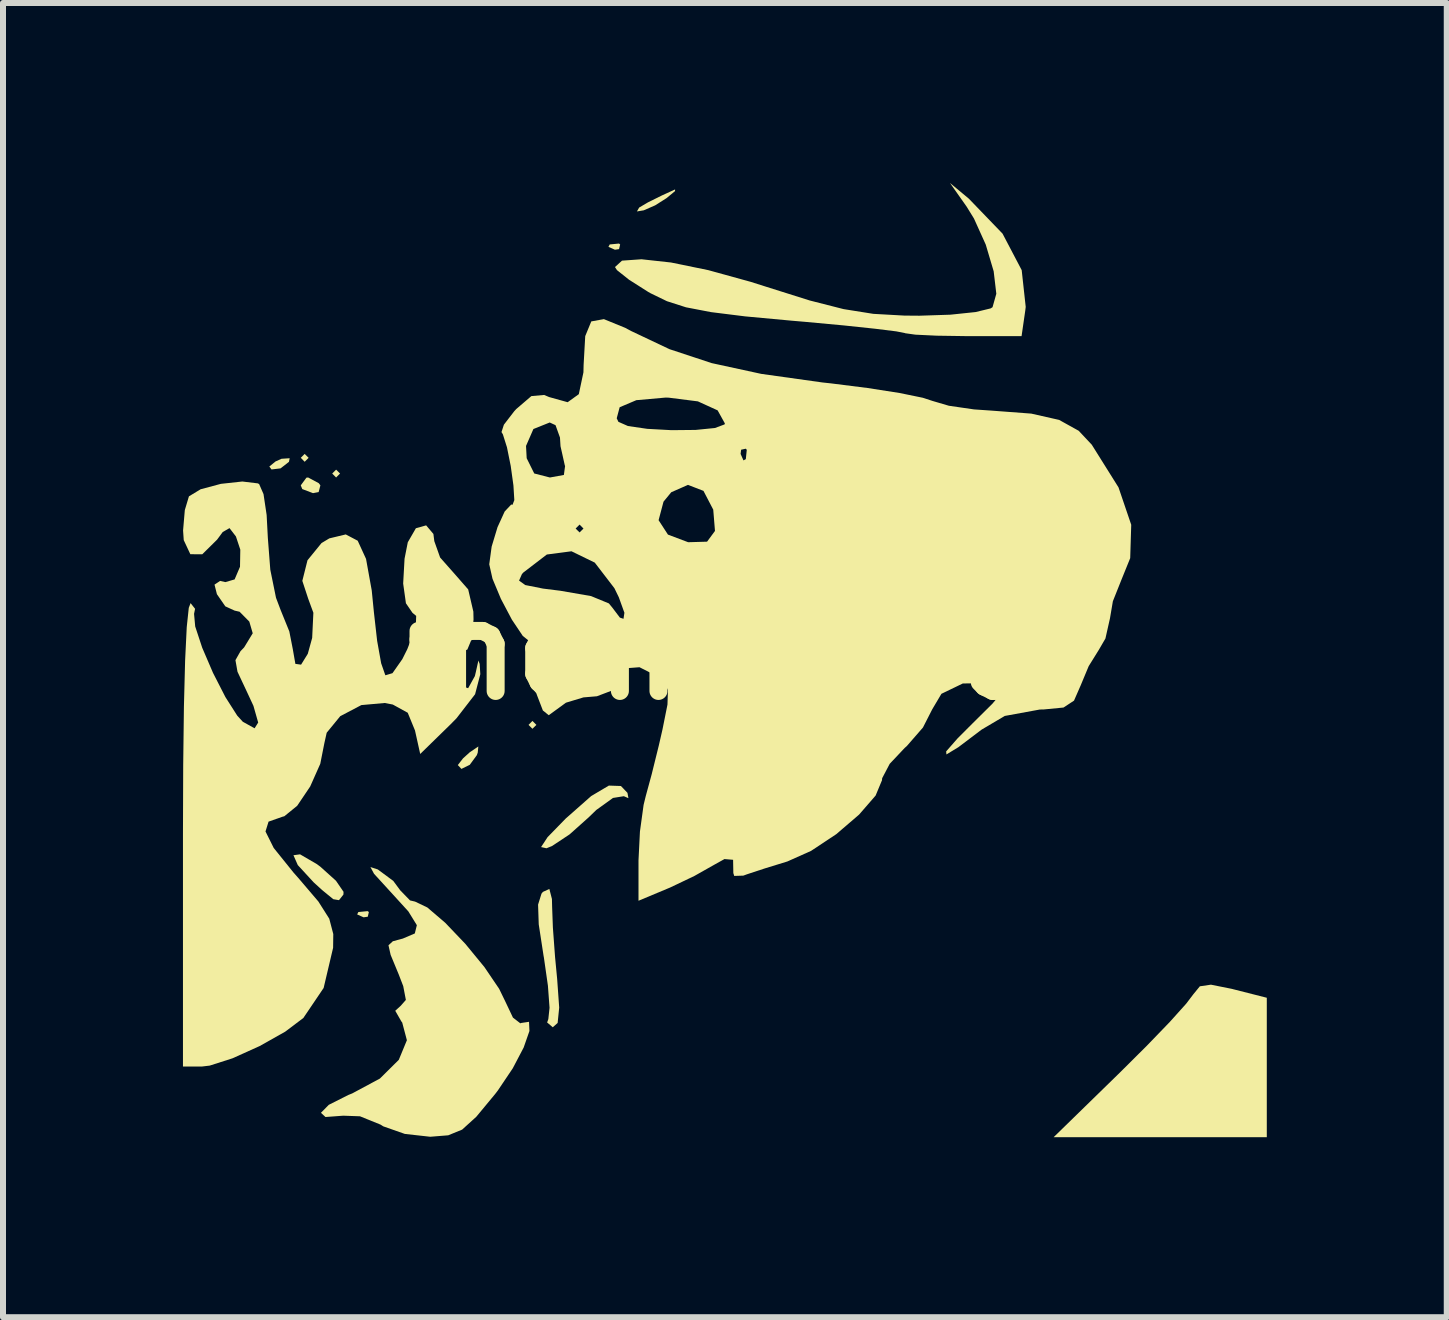
<source format=kicad_pcb>
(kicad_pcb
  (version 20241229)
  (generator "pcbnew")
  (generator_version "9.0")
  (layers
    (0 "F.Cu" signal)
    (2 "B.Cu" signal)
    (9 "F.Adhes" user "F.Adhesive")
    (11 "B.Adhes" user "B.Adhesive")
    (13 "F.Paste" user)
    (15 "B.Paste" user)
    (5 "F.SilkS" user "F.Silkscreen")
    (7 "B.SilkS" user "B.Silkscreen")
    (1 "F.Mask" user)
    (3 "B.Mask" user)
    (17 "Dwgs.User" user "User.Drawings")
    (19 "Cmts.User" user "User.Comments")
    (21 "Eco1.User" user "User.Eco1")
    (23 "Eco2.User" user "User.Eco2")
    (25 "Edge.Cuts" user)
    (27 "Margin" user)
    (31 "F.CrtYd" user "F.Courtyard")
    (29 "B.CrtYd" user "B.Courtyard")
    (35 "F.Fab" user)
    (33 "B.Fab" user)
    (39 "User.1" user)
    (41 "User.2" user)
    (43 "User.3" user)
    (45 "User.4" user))
  (footprint "monkey 3"
    (layer "F.Cu")
    (at 9.034 7.79)
    (property "Reference" "monkey 3" (at 0 0 0) (layer "F.SilkS") (effects (font (size 1.5 1.5) (thickness 0.3))))
    (attr board_only exclude_from_pos_files exclude_from_bom)
    (fp_poly (pts (xy -6.939 -3.208) (xy -7.005 -3.142) (xy -7.07 -3.208) (xy -7.005 -3.273)) (stroke (width 0) (type solid)) (fill yes) (layer "F.SilkS"))
    (fp_poly (pts (xy -6.415 -2.946) (xy -6.481 -2.88) (xy -6.546 -2.946) (xy -6.481 -3.011)) (stroke (width 0) (type solid)) (fill yes) (layer "F.SilkS"))
    (fp_poly (pts (xy -3.142 1.244) (xy -3.208 1.309) (xy -3.273 1.244) (xy -3.208 1.178)) (stroke (width 0) (type solid)) (fill yes) (layer "F.SilkS"))
    (fp_poly (pts (xy -5.935 4.364) (xy -5.953 4.442) (xy -6.023 4.452) (xy -6.13 4.404) (xy -6.11 4.364) (xy -5.955 4.349)) (stroke (width 0) (type solid)) (fill yes) (layer "F.SilkS"))
    (fp_poly (pts (xy -1.746 -6.765) (xy -1.764 -6.687) (xy -1.833 -6.677) (xy -1.941 -6.725) (xy -1.92 -6.765) (xy -1.765 -6.78)) (stroke (width 0) (type solid)) (fill yes) (layer "F.SilkS"))
    (fp_poly (pts (xy -7.267 -3.141) (xy -7.407 -3.032) (xy -7.558 -3.014) (xy -7.594 -3.063) (xy -7.491 -3.147) (xy -7.391 -3.192) (xy -7.255 -3.201)) (stroke (width 0) (type solid)) (fill yes) (layer "F.SilkS"))
    (fp_poly (pts (xy -6.77 -2.785) (xy -6.743 -2.749) (xy -6.772 -2.637) (xy -6.866 -2.619) (xy -7.045 -2.687) (xy -7.07 -2.749) (xy -6.976 -2.877) (xy -6.947 -2.88)) (stroke (width 0) (type solid)) (fill yes) (layer "F.SilkS"))
    (fp_poly (pts (xy -4.12 1.707) (xy -4.135 1.749) (xy -4.253 1.91) (xy -4.392 1.978) (xy -4.452 1.914) (xy -4.365 1.802) (xy -4.252 1.7) (xy -4.11 1.604)) (stroke (width 0) (type solid)) (fill yes) (layer "F.SilkS"))
    (fp_poly (pts (xy -0.831 -7.654) (xy -0.974 -7.536) (xy -1.162 -7.417) (xy -1.352 -7.334) (xy -1.466 -7.315) (xy -1.429 -7.38) (xy -1.283 -7.466) (xy -1.047 -7.583) (xy -0.83 -7.682)) (stroke (width 0) (type solid)) (fill yes) (layer "F.SilkS"))
    (fp_poly (pts (xy -6.802 3.565) (xy -6.744 3.608) (xy -6.483 3.843) (xy -6.357 4.027) (xy -6.359 4.073) (xy -6.433 4.166) (xy -6.528 4.15) (xy -6.715 3.997) (xy -6.855 3.869) (xy -7.12 3.581) (xy -7.192 3.417) (xy -7.082 3.402)) (stroke (width 0) (type solid)) (fill yes) (layer "F.SilkS"))
    (fp_poly (pts (xy 8.448 5.644) (xy 8.479 5.652) (xy 9.034 5.793) (xy 9.034 6.955) (xy 9.034 8.118) (xy 7.257 8.118) (xy 5.48 8.118) (xy 6.588 7.037) (xy 7.035 6.592) (xy 7.417 6.196) (xy 7.69 5.892) (xy 7.81 5.734) (xy 7.918 5.602) (xy 8.103 5.575)) (stroke (width 0) (type solid)) (fill yes) (layer "F.SilkS"))
    (fp_poly (pts (xy -1.733 2.263) (xy -1.624 2.377) (xy -1.608 2.466) (xy -1.684 2.433) (xy -1.865 2.462) (xy -2.143 2.662) (xy -2.27 2.785) (xy -2.588 3.069) (xy -2.882 3.264) (xy -2.974 3.301) (xy -3.064 3.281) (xy -2.956 3.116) (xy -2.647 2.799) (xy -2.646 2.799) (xy -2.228 2.43) (xy -1.934 2.256)) (stroke (width 0) (type solid)) (fill yes) (layer "F.SilkS"))
    (fp_poly (pts (xy -2.883 4.147) (xy -2.88 4.275) (xy -2.867 4.626) (xy -2.831 5.113) (xy -2.796 5.48) (xy -2.762 5.957) (xy -2.788 6.213) (xy -2.869 6.285) (xy -2.963 6.205) (xy -2.943 6.148) (xy -2.923 5.96) (xy -2.95 5.592) (xy -3.017 5.123) (xy -3.022 5.097) (xy -3.103 4.569) (xy -3.114 4.24) (xy -3.057 4.057) (xy -3.033 4.028) (xy -2.926 3.979)) (stroke (width 0) (type solid)) (fill yes) (layer "F.SilkS"))
    (fp_poly (pts (xy 4.067 -7.528) (xy 4.629 -6.945) (xy 4.948 -6.337) (xy 5.015 -5.724) (xy 5.007 -5.658) (xy 4.946 -5.237) (xy 4 -5.237) (xy 3.531 -5.244) (xy 3.176 -5.261) (xy 3.005 -5.285) (xy 3 -5.288) (xy 2.857 -5.316) (xy 2.502 -5.36) (xy 1.982 -5.415) (xy 1.346 -5.474) (xy 1.113 -5.494) (xy 0.337 -5.566) (xy -0.232 -5.637) (xy -0.648 -5.717) (xy -0.966 -5.819) (xy -1.24 -5.952) (xy -1.277 -5.973) (xy -1.598 -6.177) (xy -1.799 -6.337) (xy -1.832 -6.388) (xy -1.715 -6.495) (xy -1.39 -6.518) (xy -0.898 -6.464) (xy -0.278 -6.337) (xy 0.429 -6.142) (xy 0.694 -6.058) (xy 1.414 -5.831) (xy 1.979 -5.687) (xy 2.475 -5.608) (xy 2.992 -5.579) (xy 3.242 -5.577) (xy 3.759 -5.594) (xy 4.18 -5.638) (xy 4.431 -5.699) (xy 4.462 -5.719) (xy 4.525 -5.943) (xy 4.481 -6.317) (xy 4.349 -6.762) (xy 4.152 -7.198) (xy 4.029 -7.397) (xy 3.752 -7.79)) (stroke (width 0) (type solid)) (fill yes) (layer "F.SilkS"))
    (fp_poly (pts (xy -5.786 3.654) (xy -5.528 3.845) (xy -5.412 4.002) (xy -5.249 4.17) (xy -5.165 4.19) (xy -4.96 4.288) (xy -4.662 4.543) (xy -4.327 4.894) (xy -4.009 5.281) (xy -3.763 5.644) (xy -3.658 5.86) (xy -3.533 6.124) (xy -3.41 6.219) (xy -3.394 6.213) (xy -3.265 6.194) (xy -3.258 6.347) (xy -3.354 6.622) (xy -3.536 6.969) (xy -3.784 7.338) (xy -3.83 7.398) (xy -4.144 7.777) (xy -4.38 7.991) (xy -4.612 8.086) (xy -4.91 8.11) (xy -4.913 8.11) (xy -5.335 8.063) (xy -5.694 7.937) (xy -5.74 7.908) (xy -6.083 7.769) (xy -6.362 7.759) (xy -6.658 7.781) (xy -6.734 7.711) (xy -6.603 7.578) (xy -6.278 7.414) (xy -6.213 7.388) (xy -5.751 7.14) (xy -5.436 6.828) (xy -5.301 6.501) (xy -5.379 6.206) (xy -5.393 6.188) (xy -5.495 6.01) (xy -5.403 5.926) (xy -5.318 5.829) (xy -5.362 5.599) (xy -5.436 5.407) (xy -5.572 5.078) (xy -5.608 4.918) (xy -5.535 4.851) (xy -5.368 4.806) (xy -5.169 4.721) (xy -5.135 4.583) (xy -5.277 4.353) (xy -5.597 4.002) (xy -5.849 3.726) (xy -5.909 3.614)) (stroke (width 0) (type solid)) (fill yes) (layer "F.SilkS"))
    (fp_poly (pts (xy -7.786 -2.782) (xy -7.764 -2.77) (xy -7.691 -2.603) (xy -7.639 -2.255) (xy -7.619 -1.874) (xy -7.578 -1.342) (xy -7.483 -0.875) (xy -7.405 -0.669) (xy -7.261 -0.314) (xy -7.201 -0.009) (xy -7.201 -0.007) (xy -7.16 0.227) (xy -7.065 0.24) (xy -6.953 0.059) (xy -6.88 -0.206) (xy -6.86 -0.625) (xy -6.946 -0.859) (xy -7.044 -1.157) (xy -6.958 -1.5) (xy -6.724 -1.787) (xy -6.594 -1.865) (xy -6.32 -1.931) (xy -6.121 -1.826) (xy -5.982 -1.523) (xy -5.887 -0.997) (xy -5.851 -0.635) (xy -5.797 -0.157) (xy -5.73 0.217) (xy -5.662 0.412) (xy -5.658 0.417) (xy -5.541 0.382) (xy -5.377 0.148) (xy -5.294 -0.018) (xy -5.153 -0.383) (xy -5.146 -0.573) (xy -5.207 -0.623) (xy -5.317 -0.783) (xy -5.363 -1.112) (xy -5.34 -1.526) (xy -5.286 -1.8) (xy -5.151 -2.034) (xy -4.98 -2.082) (xy -4.859 -1.939) (xy -4.844 -1.819) (xy -4.747 -1.546) (xy -4.517 -1.286) (xy -4.279 -1.014) (xy -4.193 -0.644) (xy -4.19 -0.514) (xy -4.219 -0.19) (xy -4.293 -0.012) (xy -4.321 0) (xy -4.419 0.112) (xy -4.452 0.327) (xy -4.397 0.596) (xy -4.28 0.633) (xy -4.168 0.431) (xy -4.151 0.36) (xy -4.109 0.171) (xy -4.088 0.228) (xy -4.077 0.399) (xy -4.164 0.733) (xy -4.473 1.133) (xy -4.569 1.231) (xy -5.079 1.729) (xy -5.166 1.337) (xy -5.287 1.042) (xy -5.536 0.905) (xy -5.67 0.879) (xy -6.06 0.914) (xy -6.412 1.099) (xy -6.638 1.375) (xy -6.677 1.55) (xy -6.745 1.893) (xy -6.913 2.271) (xy -7.13 2.593) (xy -7.344 2.767) (xy -7.377 2.776) (xy -7.607 2.857) (xy -7.658 3.021) (xy -7.521 3.296) (xy -7.19 3.707) (xy -7.112 3.795) (xy -6.777 4.188) (xy -6.595 4.475) (xy -6.528 4.731) (xy -6.531 4.96) (xy -6.689 5.63) (xy -7.027 6.13) (xy -7.329 6.358) (xy -7.755 6.598) (xy -8.207 6.802) (xy -8.588 6.924) (xy -8.714 6.939) (xy -9.034 6.939) (xy -9.034 3.077) (xy -9.03 1.917) (xy -9.018 0.942) (xy -8.998 0.17) (xy -8.971 -0.385) (xy -8.937 -0.707) (xy -8.907 -0.786) (xy -8.832 -0.691) (xy -8.849 -0.607) (xy -8.83 -0.397) (xy -8.713 -0.042) (xy -8.533 0.377) (xy -8.326 0.781) (xy -8.129 1.09) (xy -8.036 1.192) (xy -7.84 1.301) (xy -7.78 1.205) (xy -7.859 0.927) (xy -7.97 0.688) (xy -8.125 0.358) (xy -8.159 0.165) (xy -8.075 0.016) (xy -8.014 -0.048) (xy -7.871 -0.283) (xy -7.928 -0.478) (xy -8.09 -0.642) (xy -8.173 -0.661) (xy -8.328 -0.732) (xy -8.468 -0.935) (xy -8.508 -1.094) (xy -8.415 -1.156) (xy -8.327 -1.136) (xy -8.173 -1.181) (xy -8.083 -1.392) (xy -8.078 -1.677) (xy -8.151 -1.897) (xy -8.258 -2.036) (xy -8.371 -1.971) (xy -8.465 -1.844) (xy -8.712 -1.6) (xy -8.911 -1.601) (xy -9.021 -1.836) (xy -9.032 -1.997) (xy -9.003 -2.337) (xy -8.935 -2.564) (xy -8.934 -2.566) (xy -8.739 -2.684) (xy -8.402 -2.774) (xy -8.044 -2.813)) (stroke (width 0) (type solid)) (fill yes) (layer "F.SilkS"))
    (fp_poly (pts (xy -1.662 -5.375) (xy -1.561 -5.321) (xy -0.923 -5.019) (xy -0.221 -4.787) (xy 0.608 -4.607) (xy 1.628 -4.464) (xy 1.768 -4.449) (xy 2.378 -4.372) (xy 2.911 -4.289) (xy 3.3 -4.209) (xy 3.462 -4.156) (xy 3.734 -4.076) (xy 4.154 -4.015) (xy 4.444 -3.995) (xy 5.108 -3.945) (xy 5.572 -3.84) (xy 5.898 -3.659) (xy 6.116 -3.427) (xy 6.562 -2.715) (xy 6.774 -2.092) (xy 6.757 -1.536) (xy 6.612 -1.178) (xy 6.468 -0.817) (xy 6.42 -0.534) (xy 6.344 -0.196) (xy 6.236 -0.01) (xy 6.065 0.265) (xy 5.93 0.589) (xy 5.82 0.84) (xy 5.645 0.955) (xy 5.314 0.987) (xy 5.251 0.988) (xy 4.666 1.095) (xy 4.28 1.323) (xy 3.891 1.617) (xy 3.693 1.737) (xy 3.689 1.686) (xy 3.882 1.466) (xy 4.124 1.224) (xy 4.459 0.892) (xy 4.624 0.697) (xy 4.639 0.598) (xy 4.525 0.554) (xy 4.471 0.546) (xy 3.966 0.554) (xy 3.61 0.726) (xy 3.457 0.984) (xy 3.302 1.288) (xy 3.033 1.597) (xy 2.997 1.629) (xy 2.748 1.893) (xy 2.622 2.133) (xy 2.619 2.167) (xy 2.513 2.422) (xy 2.237 2.74) (xy 1.857 3.066) (xy 1.436 3.345) (xy 1.042 3.521) (xy 0.659 3.639) (xy 0.365 3.736) (xy 0.308 3.757) (xy 0.156 3.762) (xy 0.141 3.715) (xy 0.137 3.493) (xy -0.007 3.481) (xy -0.176 3.575) (xy -0.509 3.763) (xy -0.914 3.956) (xy -0.962 3.976) (xy -1.44 4.176) (xy -1.44 3.505) (xy -1.416 3.022) (xy -1.355 2.578) (xy -1.319 2.431) (xy -1.22 2.067) (xy -1.101 1.586) (xy -1.04 1.32) (xy -0.957 0.905) (xy -0.949 0.663) (xy -1.024 0.517) (xy -1.12 0.437) (xy -1.423 0.283) (xy -1.636 0.299) (xy -1.702 0.444) (xy -1.82 0.648) (xy -2.133 0.767) (xy -2.358 0.786) (xy -2.649 0.874) (xy -2.796 0.981) (xy -2.936 1.083) (xy -3.034 1.004) (xy -3.136 0.739) (xy -3.212 0.382) (xy -3.203 0.101) (xy -3.197 0.085) (xy -3.182 -0.095) (xy -3.235 -0.131) (xy -3.369 -0.239) (xy -3.55 -0.509) (xy -3.733 -0.855) (xy -3.861 -1.161) (xy -3.431 -1.161) (xy -3.328 -1.087) (xy -3.032 -1.028) (xy -2.744 -0.992) (xy -2.231 -0.903) (xy -1.934 -0.781) (xy -1.878 -0.713) (xy -1.75 -0.544) (xy -1.69 -0.524) (xy -1.675 -0.625) (xy -1.768 -0.883) (xy -1.842 -1.035) (xy -2.169 -1.461) (xy -2.557 -1.65) (xy -2.968 -1.596) (xy -3.362 -1.294) (xy -3.384 -1.268) (xy -3.431 -1.161) (xy -3.861 -1.161) (xy -3.874 -1.193) (xy -3.928 -1.433) (xy -3.888 -1.728) (xy -3.797 -2.029) (xy -2.488 -2.029) (xy -2.422 -1.964) (xy -2.357 -2.029) (xy -2.422 -2.095) (xy -2.488 -2.029) (xy -3.797 -2.029) (xy -3.791 -2.05) (xy -3.737 -2.168) (xy -1.105 -2.168) (xy -0.949 -1.928) (xy -0.612 -1.801) (xy -0.297 -1.81) (xy -0.165 -1.989) (xy -0.194 -2.344) (xy -0.357 -2.657) (xy -0.615 -2.757) (xy -0.894 -2.634) (xy -1.023 -2.477) (xy -1.105 -2.168) (xy -3.737 -2.168) (xy -3.671 -2.313) (xy -3.562 -2.429) (xy -3.54 -2.425) (xy -3.51 -2.503) (xy -3.525 -2.748) (xy -3.57 -3.072) (xy -3.633 -3.385) (xy -3.64 -3.406) (xy -3.315 -3.406) (xy -3.304 -3.201) (xy -3.178 -2.947) (xy -2.917 -2.88) (xy -2.684 -2.922) (xy -2.664 -3.07) (xy -2.67 -3.088) (xy -2.711 -3.273) (xy 0.262 -3.273) (xy 0.31 -3.165) (xy 0.349 -3.186) (xy 0.365 -3.341) (xy 0.349 -3.36) (xy 0.271 -3.343) (xy 0.262 -3.273) (xy -2.711 -3.273) (xy -2.74 -3.401) (xy -2.749 -3.546) (xy -2.823 -3.752) (xy -2.92 -3.797) (xy -3.192 -3.688) (xy -3.315 -3.406) (xy -3.64 -3.406) (xy -3.701 -3.6) (xy -3.724 -3.637) (xy -3.684 -3.76) (xy -3.602 -3.867) (xy -1.803 -3.867) (xy -1.775 -3.808) (xy -1.616 -3.738) (xy -1.294 -3.691) (xy -0.891 -3.669) (xy -0.488 -3.673) (xy -0.166 -3.705) (xy -0.005 -3.765) (xy 0 -3.781) (xy -0.121 -3.999) (xy -0.45 -4.149) (xy -0.938 -4.211) (xy -0.991 -4.212) (xy -1.476 -4.169) (xy -1.754 -4.051) (xy -1.803 -3.867) (xy -3.602 -3.867) (xy -3.511 -3.985) (xy -3.478 -4.021) (xy -3.226 -4.237) (xy -3.013 -4.256) (xy -2.93 -4.221) (xy -2.621 -4.135) (xy -2.435 -4.269) (xy -2.358 -4.633) (xy -2.355 -4.757) (xy -2.328 -5.237) (xy -2.227 -5.482) (xy -2.017 -5.52)) (stroke (width 0) (type solid)) (fill yes) (layer "F.SilkS")))
  (gr_rect
    (start -3 -3)
    (end 21.068 18.908)
    (stroke (width 0.1) (type default))
    (fill no)
    (layer "Edge.Cuts")))
</source>
